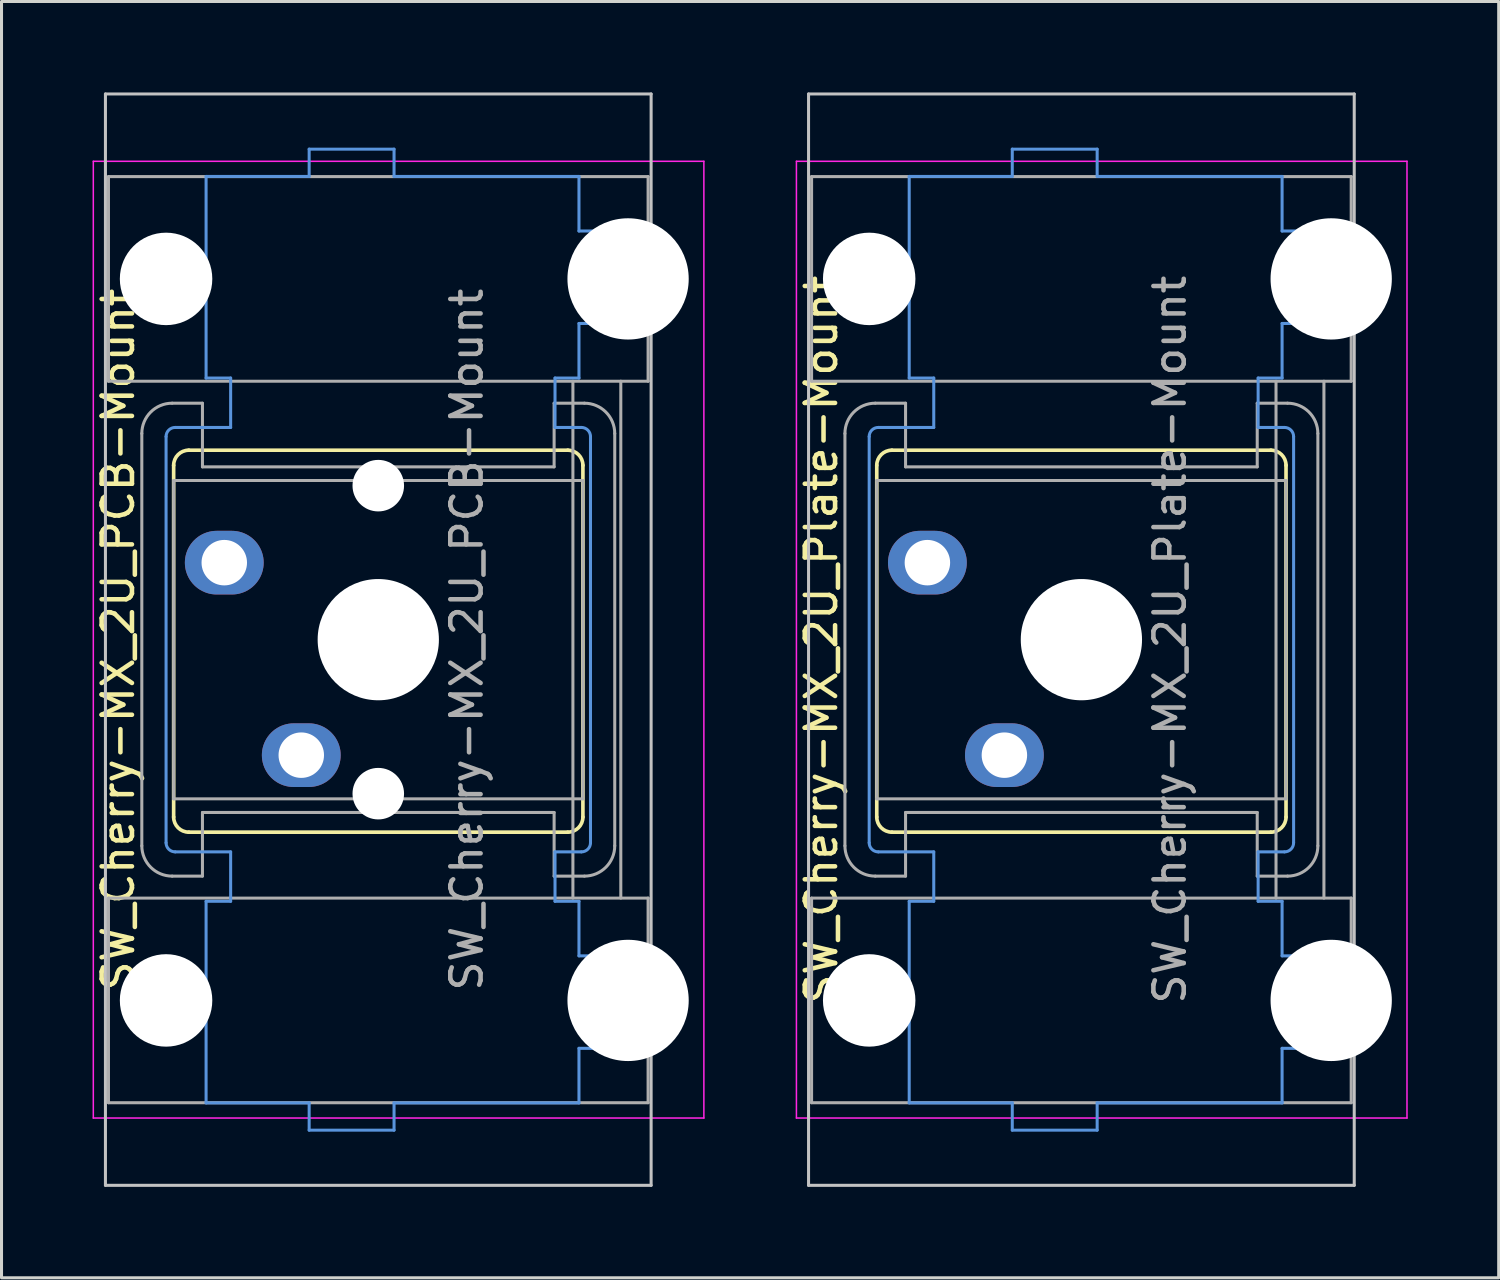
<source format=kicad_pcb>
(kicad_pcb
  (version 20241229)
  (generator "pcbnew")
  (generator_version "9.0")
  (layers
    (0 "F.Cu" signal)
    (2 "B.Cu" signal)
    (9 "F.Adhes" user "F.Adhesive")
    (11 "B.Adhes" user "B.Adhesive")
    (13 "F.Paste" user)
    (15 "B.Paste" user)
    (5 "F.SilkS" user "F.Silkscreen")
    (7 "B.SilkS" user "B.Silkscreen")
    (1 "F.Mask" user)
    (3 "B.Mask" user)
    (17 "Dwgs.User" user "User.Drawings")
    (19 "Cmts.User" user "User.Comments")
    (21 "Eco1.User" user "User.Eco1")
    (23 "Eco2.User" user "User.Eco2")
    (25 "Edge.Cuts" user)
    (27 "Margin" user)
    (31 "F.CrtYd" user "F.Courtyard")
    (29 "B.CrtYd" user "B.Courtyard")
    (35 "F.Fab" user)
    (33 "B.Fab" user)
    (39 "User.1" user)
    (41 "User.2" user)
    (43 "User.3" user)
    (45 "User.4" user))
  (footprint "SW_Cherry-MX_2U_PCB-Mount"
    (layer "F.Cu")
    (at 4.348 15.51)
    (property "Reference" "SW_Cherry-MX_2U_PCB-Mount" (at -3.5 2.54 90) (layer "F.SilkS") (effects (font (size 1 1) (thickness 0.15))))
    (attr through_hole)
    (fp_line (start -1.67 -3.21) (end -1.67 8.39) (stroke (width 0.12) (type solid)) (layer "F.SilkS"))
    (fp_line (start -1.17 -3.71) (end 11.33 -3.71) (stroke (width 0.12) (type solid)) (layer "F.SilkS"))
    (fp_line (start -1.17 8.89) (end 11.33 8.89) (stroke (width 0.12) (type solid)) (layer "F.SilkS"))
    (fp_line (start 11.83 -3.21) (end 11.83 8.39) (stroke (width 0.12) (type solid)) (layer "F.SilkS"))
    (fp_arc (start -1.67 -3.21) (mid -1.523553 -3.563553) (end -1.17 -3.71) (stroke (width 0.12) (type solid)) (layer "F.SilkS"))
    (fp_arc (start -1.17 8.89) (mid -1.523553 8.743553) (end -1.67 8.39) (stroke (width 0.12) (type solid)) (layer "F.SilkS"))
    (fp_arc (start 11.33 -3.71) (mid 11.683553 -3.563553) (end 11.83 -3.21) (stroke (width 0.12) (type solid)) (layer "F.SilkS"))
    (fp_arc (start 11.83 8.39) (mid 11.683553 8.743553) (end 11.33 8.89) (stroke (width 0.12) (type solid)) (layer "F.SilkS"))
    (fp_line (start -3.92 -15.46) (end -3.92 20.54) (stroke (width 0.1) (type solid)) (layer "Dwgs.User"))
    (fp_line (start -3.92 -15.46) (end 14.08 -15.46) (stroke (width 0.1) (type solid)) (layer "Dwgs.User"))
    (fp_line (start -3.92 20.54) (end 14.08 20.54) (stroke (width 0.1) (type solid)) (layer "Dwgs.User"))
    (fp_line (start 14.08 -15.46) (end 14.08 20.54) (stroke (width 0.1) (type solid)) (layer "Dwgs.User"))
    (fp_line (start -1.92 9.24) (end -1.92 -4.16) (stroke (width 0.1) (type solid)) (layer "Cmts.User"))
    (fp_line (start -1.62 -4.46) (end 0.21 -4.46) (stroke (width 0.1) (type solid)) (layer "Cmts.User"))
    (fp_line (start -1.62 9.54) (end 0.21 9.54) (stroke (width 0.1) (type solid)) (layer "Cmts.User"))
    (fp_line (start -0.6 -12.74) (end -0.6 -6.09) (stroke (width 0.1) (type solid)) (layer "Cmts.User"))
    (fp_line (start -0.6 -12.74) (end 2.8 -12.74) (stroke (width 0.1) (type solid)) (layer "Cmts.User"))
    (fp_line (start -0.6 -6.09) (end 0.21 -6.09) (stroke (width 0.1) (type solid)) (layer "Cmts.User"))
    (fp_line (start -0.6 11.17) (end 0.21 11.17) (stroke (width 0.1) (type solid)) (layer "Cmts.User"))
    (fp_line (start -0.6 17.82) (end -0.6 11.17) (stroke (width 0.1) (type solid)) (layer "Cmts.User"))
    (fp_line (start -0.6 17.82) (end 2.8 17.82) (stroke (width 0.1) (type solid)) (layer "Cmts.User"))
    (fp_line (start 0.21 -6.09) (end 0.21 -4.46) (stroke (width 0.1) (type solid)) (layer "Cmts.User"))
    (fp_line (start 0.21 11.17) (end 0.21 9.54) (stroke (width 0.1) (type solid)) (layer "Cmts.User"))
    (fp_line (start 2.8 -13.64) (end 5.6 -13.64) (stroke (width 0.1) (type solid)) (layer "Cmts.User"))
    (fp_line (start 2.8 -12.74) (end 2.8 -13.64) (stroke (width 0.1) (type solid)) (layer "Cmts.User"))
    (fp_line (start 2.8 17.82) (end 2.8 18.72) (stroke (width 0.1) (type solid)) (layer "Cmts.User"))
    (fp_line (start 2.8 18.72) (end 5.6 18.72) (stroke (width 0.1) (type solid)) (layer "Cmts.User"))
    (fp_line (start 5.6 -13.64) (end 5.6 -12.74) (stroke (width 0.1) (type solid)) (layer "Cmts.User"))
    (fp_line (start 5.6 -12.74) (end 11.7 -12.74) (stroke (width 0.1) (type solid)) (layer "Cmts.User"))
    (fp_line (start 5.6 17.82) (end 11.7 17.82) (stroke (width 0.1) (type solid)) (layer "Cmts.User"))
    (fp_line (start 5.6 18.72) (end 5.6 17.82) (stroke (width 0.1) (type solid)) (layer "Cmts.User"))
    (fp_line (start 10.91 -6.09) (end 10.91 -4.46) (stroke (width 0.1) (type solid)) (layer "Cmts.User"))
    (fp_line (start 10.91 -4.46) (end 11.78 -4.46) (stroke (width 0.1) (type solid)) (layer "Cmts.User"))
    (fp_line (start 10.91 9.54) (end 11.78 9.54) (stroke (width 0.1) (type solid)) (layer "Cmts.User"))
    (fp_line (start 10.91 11.17) (end 10.91 9.54) (stroke (width 0.1) (type solid)) (layer "Cmts.User"))
    (fp_line (start 11.7 -12.74) (end 11.7 -10.94) (stroke (width 0.1) (type solid)) (layer "Cmts.User"))
    (fp_line (start 11.7 -10.94) (end 12.87 -10.94) (stroke (width 0.1) (type solid)) (layer "Cmts.User"))
    (fp_line (start 11.7 -7.89) (end 11.7 -6.09) (stroke (width 0.1) (type solid)) (layer "Cmts.User"))
    (fp_line (start 11.7 -6.09) (end 10.91 -6.09) (stroke (width 0.1) (type solid)) (layer "Cmts.User"))
    (fp_line (start 11.7 11.17) (end 10.91 11.17) (stroke (width 0.1) (type solid)) (layer "Cmts.User"))
    (fp_line (start 11.7 12.97) (end 11.7 11.17) (stroke (width 0.1) (type solid)) (layer "Cmts.User"))
    (fp_line (start 11.7 16.02) (end 12.87 16.02) (stroke (width 0.1) (type solid)) (layer "Cmts.User"))
    (fp_line (start 11.7 17.82) (end 11.7 16.02) (stroke (width 0.1) (type solid)) (layer "Cmts.User"))
    (fp_line (start 12.08 9.24) (end 12.08 -4.16) (stroke (width 0.1) (type solid)) (layer "Cmts.User"))
    (fp_line (start 12.87 -10.94) (end 12.87 -7.89) (stroke (width 0.1) (type solid)) (layer "Cmts.User"))
    (fp_line (start 12.87 -7.89) (end 11.7 -7.89) (stroke (width 0.1) (type solid)) (layer "Cmts.User"))
    (fp_line (start 12.87 12.97) (end 11.7 12.97) (stroke (width 0.1) (type solid)) (layer "Cmts.User"))
    (fp_line (start 12.87 16.02) (end 12.87 12.97) (stroke (width 0.1) (type solid)) (layer "Cmts.User"))
    (fp_arc (start -1.92 -4.16) (mid -1.832132 -4.372132) (end -1.62 -4.46) (stroke (width 0.1) (type solid)) (layer "Cmts.User"))
    (fp_arc (start -1.62 9.54) (mid -1.832132 9.452132) (end -1.92 9.24) (stroke (width 0.1) (type solid)) (layer "Cmts.User"))
    (fp_arc (start 11.78 -4.46) (mid 11.992132 -4.372132) (end 12.08 -4.16) (stroke (width 0.1) (type solid)) (layer "Cmts.User"))
    (fp_arc (start 12.08 9.24) (mid 11.992132 9.452132) (end 11.78 9.54) (stroke (width 0.1) (type solid)) (layer "Cmts.User"))
    (fp_line (start -4.32 -13.24) (end 15.82 -13.24) (stroke (width 0.05) (type solid)) (layer "F.CrtYd"))
    (fp_line (start -4.32 18.32) (end -4.32 -13.24) (stroke (width 0.05) (type solid)) (layer "F.CrtYd"))
    (fp_line (start -4.32 18.32) (end 15.82 18.32) (stroke (width 0.05) (type solid)) (layer "F.CrtYd"))
    (fp_line (start 15.82 18.32) (end 15.82 -13.24) (stroke (width 0.05) (type solid)) (layer "F.CrtYd"))
    (fp_line (start -3.82 -5.985) (end -3.82 -12.735) (stroke (width 0.1) (type solid)) (layer "F.Fab"))
    (fp_line (start -3.82 -5.985) (end 13.98 -5.985) (stroke (width 0.1) (type solid)) (layer "F.Fab"))
    (fp_line (start -3.82 17.815) (end -3.82 11.065) (stroke (width 0.1) (type solid)) (layer "F.Fab"))
    (fp_line (start -2.72 -4.26) (end -2.72 9.34) (stroke (width 0.1) (type solid)) (layer "F.Fab"))
    (fp_line (start -1.72 -5.26) (end -0.72 -5.26) (stroke (width 0.1) (type solid)) (layer "F.Fab"))
    (fp_line (start -1.72 10.34) (end -0.72 10.34) (stroke (width 0.1) (type solid)) (layer "F.Fab"))
    (fp_line (start -1.67 -2.71) (end -1.67 7.79) (stroke (width 0.1) (type solid)) (layer "F.Fab"))
    (fp_line (start -1.67 -2.71) (end 11.83 -2.71) (stroke (width 0.1) (type solid)) (layer "F.Fab"))
    (fp_line (start -1.67 7.79) (end 11.83 7.79) (stroke (width 0.1) (type solid)) (layer "F.Fab"))
    (fp_line (start -0.72 -3.16) (end -0.72 -5.26) (stroke (width 0.1) (type solid)) (layer "F.Fab"))
    (fp_line (start -0.72 -3.16) (end 10.88 -3.16) (stroke (width 0.1) (type solid)) (layer "F.Fab"))
    (fp_line (start -0.72 8.24) (end 10.88 8.24) (stroke (width 0.1) (type solid)) (layer "F.Fab"))
    (fp_line (start -0.72 10.34) (end -0.72 8.24) (stroke (width 0.1) (type solid)) (layer "F.Fab"))
    (fp_line (start 10.88 -5.26) (end 11.88 -5.26) (stroke (width 0.1) (type solid)) (layer "F.Fab"))
    (fp_line (start 10.88 -3.16) (end 10.88 -5.26) (stroke (width 0.1) (type solid)) (layer "F.Fab"))
    (fp_line (start 10.88 10.34) (end 10.88 8.24) (stroke (width 0.1) (type solid)) (layer "F.Fab"))
    (fp_line (start 10.88 10.34) (end 11.88 10.34) (stroke (width 0.1) (type solid)) (layer "F.Fab"))
    (fp_line (start 11.5 -5.985) (end 11.5 11.065) (stroke (width 0.1) (type solid)) (layer "F.Fab"))
    (fp_line (start 11.83 -2.71) (end 11.83 7.79) (stroke (width 0.1) (type solid)) (layer "F.Fab"))
    (fp_line (start 12.88 -4.26) (end 12.88 9.34) (stroke (width 0.1) (type solid)) (layer "F.Fab"))
    (fp_line (start 13.08 -5.985) (end 13.08 11.065) (stroke (width 0.1) (type solid)) (layer "F.Fab"))
    (fp_line (start 13.98 -12.735) (end -3.82 -12.735) (stroke (width 0.1) (type solid)) (layer "F.Fab"))
    (fp_line (start 13.98 -5.985) (end 13.98 -12.735) (stroke (width 0.1) (type solid)) (layer "F.Fab"))
    (fp_line (start 13.98 11.065) (end -3.82 11.065) (stroke (width 0.1) (type solid)) (layer "F.Fab"))
    (fp_line (start 13.98 17.815) (end -3.82 17.815) (stroke (width 0.1) (type solid)) (layer "F.Fab"))
    (fp_line (start 13.98 17.815) (end 13.98 11.065) (stroke (width 0.1) (type solid)) (layer "F.Fab"))
    (fp_arc (start -2.72 -4.26) (mid -2.427107 -4.967107) (end -1.72 -5.26) (stroke (width 0.1) (type solid)) (layer "F.Fab"))
    (fp_arc (start -1.72 10.34) (mid -2.427107 10.047107) (end -2.72 9.34) (stroke (width 0.1) (type solid)) (layer "F.Fab"))
    (fp_arc (start 11.88 -5.26) (mid 12.587107 -4.967107) (end 12.88 -4.26) (stroke (width 0.1) (type solid)) (layer "F.Fab"))
    (fp_arc (start 12.88 9.34) (mid 12.587107 10.047107) (end 11.88 10.34) (stroke (width 0.1) (type solid)) (layer "F.Fab"))
    (fp_text user "${REFERENCE}" (at 8 2.54 90) (layer "F.Fab") (effects (font (size 1 1) (thickness 0.15))))
    (pad "" np_thru_hole circle (at -1.92 -9.36) (size 3.05 3.05) (drill 3.05) (layers "*.Cu" "*.Mask"))
    (pad "" np_thru_hole circle (at -1.92 14.44) (size 3.05 3.05) (drill 3.05) (layers "*.Cu" "*.Mask"))
    (pad "" np_thru_hole circle (at 5.08 -2.54) (size 1.7 1.7) (drill 1.7) (layers "*.Cu" "*.Mask"))
    (pad "" np_thru_hole circle (at 5.08 2.54) (size 4 4) (drill 4) (layers "*.Cu" "*.Mask"))
    (pad "" np_thru_hole circle (at 5.08 7.62) (size 1.7 1.7) (drill 1.7) (layers "*.Cu" "*.Mask"))
    (pad "" np_thru_hole circle (at 13.32 -9.36) (size 4 4) (drill 4) (layers "*.Cu" "*.Mask"))
    (pad "" np_thru_hole circle (at 13.32 14.44) (size 4 4) (drill 4) (layers "*.Cu" "*.Mask"))
    (pad "1" thru_hole oval (at 0 0) (size 2.6 2.1) (drill 1.5) (layers "*.Cu" "*.Mask"))
    (pad "2" thru_hole oval (at 2.54 6.35) (size 2.6 2.1) (drill 1.5) (layers "*.Cu" "*.Mask")))
  (footprint "SW_Cherry-MX_2U_Plate-Mount"
    (layer "F.Cu")
    (at 27.541 15.51)
    (property "Reference" "SW_Cherry-MX_2U_Plate-Mount" (at -3.5 2.54 90) (layer "F.SilkS") (effects (font (size 1 1) (thickness 0.15))))
    (attr through_hole)
    (fp_line (start -1.67 -3.21) (end -1.67 8.39) (stroke (width 0.12) (type solid)) (layer "F.SilkS"))
    (fp_line (start -1.17 -3.71) (end 11.33 -3.71) (stroke (width 0.12) (type solid)) (layer "F.SilkS"))
    (fp_line (start -1.17 8.89) (end 11.33 8.89) (stroke (width 0.12) (type solid)) (layer "F.SilkS"))
    (fp_line (start 11.83 -3.21) (end 11.83 8.39) (stroke (width 0.12) (type solid)) (layer "F.SilkS"))
    (fp_arc (start -1.67 -3.21) (mid -1.523553 -3.563553) (end -1.17 -3.71) (stroke (width 0.12) (type solid)) (layer "F.SilkS"))
    (fp_arc (start -1.17 8.89) (mid -1.523553 8.743553) (end -1.67 8.39) (stroke (width 0.12) (type solid)) (layer "F.SilkS"))
    (fp_arc (start 11.33 -3.71) (mid 11.683553 -3.563553) (end 11.83 -3.21) (stroke (width 0.12) (type solid)) (layer "F.SilkS"))
    (fp_arc (start 11.83 8.39) (mid 11.683553 8.743553) (end 11.33 8.89) (stroke (width 0.12) (type solid)) (layer "F.SilkS"))
    (fp_line (start -3.92 -15.46) (end -3.92 20.54) (stroke (width 0.1) (type solid)) (layer "Dwgs.User"))
    (fp_line (start -3.92 -15.46) (end 14.08 -15.46) (stroke (width 0.1) (type solid)) (layer "Dwgs.User"))
    (fp_line (start -3.92 20.54) (end 14.08 20.54) (stroke (width 0.1) (type solid)) (layer "Dwgs.User"))
    (fp_line (start 14.08 -15.46) (end 14.08 20.54) (stroke (width 0.1) (type solid)) (layer "Dwgs.User"))
    (fp_line (start -1.92 9.24) (end -1.92 -4.16) (stroke (width 0.1) (type solid)) (layer "Cmts.User"))
    (fp_line (start -1.62 -4.46) (end 0.21 -4.46) (stroke (width 0.1) (type solid)) (layer "Cmts.User"))
    (fp_line (start -1.62 9.54) (end 0.21 9.54) (stroke (width 0.1) (type solid)) (layer "Cmts.User"))
    (fp_line (start -0.6 -12.74) (end -0.6 -6.09) (stroke (width 0.1) (type solid)) (layer "Cmts.User"))
    (fp_line (start -0.6 -12.74) (end 2.8 -12.74) (stroke (width 0.1) (type solid)) (layer "Cmts.User"))
    (fp_line (start -0.6 -6.09) (end 0.21 -6.09) (stroke (width 0.1) (type solid)) (layer "Cmts.User"))
    (fp_line (start -0.6 11.17) (end 0.21 11.17) (stroke (width 0.1) (type solid)) (layer "Cmts.User"))
    (fp_line (start -0.6 17.82) (end -0.6 11.17) (stroke (width 0.1) (type solid)) (layer "Cmts.User"))
    (fp_line (start -0.6 17.82) (end 2.8 17.82) (stroke (width 0.1) (type solid)) (layer "Cmts.User"))
    (fp_line (start 0.21 -6.09) (end 0.21 -4.46) (stroke (width 0.1) (type solid)) (layer "Cmts.User"))
    (fp_line (start 0.21 11.17) (end 0.21 9.54) (stroke (width 0.1) (type solid)) (layer "Cmts.User"))
    (fp_line (start 2.8 -13.64) (end 5.6 -13.64) (stroke (width 0.1) (type solid)) (layer "Cmts.User"))
    (fp_line (start 2.8 -12.74) (end 2.8 -13.64) (stroke (width 0.1) (type solid)) (layer "Cmts.User"))
    (fp_line (start 2.8 17.82) (end 2.8 18.72) (stroke (width 0.1) (type solid)) (layer "Cmts.User"))
    (fp_line (start 2.8 18.72) (end 5.6 18.72) (stroke (width 0.1) (type solid)) (layer "Cmts.User"))
    (fp_line (start 5.6 -13.64) (end 5.6 -12.74) (stroke (width 0.1) (type solid)) (layer "Cmts.User"))
    (fp_line (start 5.6 -12.74) (end 11.7 -12.74) (stroke (width 0.1) (type solid)) (layer "Cmts.User"))
    (fp_line (start 5.6 17.82) (end 11.7 17.82) (stroke (width 0.1) (type solid)) (layer "Cmts.User"))
    (fp_line (start 5.6 18.72) (end 5.6 17.82) (stroke (width 0.1) (type solid)) (layer "Cmts.User"))
    (fp_line (start 10.91 -6.09) (end 10.91 -4.46) (stroke (width 0.1) (type solid)) (layer "Cmts.User"))
    (fp_line (start 10.91 -4.46) (end 11.78 -4.46) (stroke (width 0.1) (type solid)) (layer "Cmts.User"))
    (fp_line (start 10.91 9.54) (end 11.78 9.54) (stroke (width 0.1) (type solid)) (layer "Cmts.User"))
    (fp_line (start 10.91 11.17) (end 10.91 9.54) (stroke (width 0.1) (type solid)) (layer "Cmts.User"))
    (fp_line (start 11.7 -12.74) (end 11.7 -10.94) (stroke (width 0.1) (type solid)) (layer "Cmts.User"))
    (fp_line (start 11.7 -10.94) (end 12.87 -10.94) (stroke (width 0.1) (type solid)) (layer "Cmts.User"))
    (fp_line (start 11.7 -7.89) (end 11.7 -6.09) (stroke (width 0.1) (type solid)) (layer "Cmts.User"))
    (fp_line (start 11.7 -6.09) (end 10.91 -6.09) (stroke (width 0.1) (type solid)) (layer "Cmts.User"))
    (fp_line (start 11.7 11.17) (end 10.91 11.17) (stroke (width 0.1) (type solid)) (layer "Cmts.User"))
    (fp_line (start 11.7 12.97) (end 11.7 11.17) (stroke (width 0.1) (type solid)) (layer "Cmts.User"))
    (fp_line (start 11.7 16.02) (end 12.87 16.02) (stroke (width 0.1) (type solid)) (layer "Cmts.User"))
    (fp_line (start 11.7 17.82) (end 11.7 16.02) (stroke (width 0.1) (type solid)) (layer "Cmts.User"))
    (fp_line (start 12.08 9.24) (end 12.08 -4.16) (stroke (width 0.1) (type solid)) (layer "Cmts.User"))
    (fp_line (start 12.87 -10.94) (end 12.87 -7.89) (stroke (width 0.1) (type solid)) (layer "Cmts.User"))
    (fp_line (start 12.87 -7.89) (end 11.7 -7.89) (stroke (width 0.1) (type solid)) (layer "Cmts.User"))
    (fp_line (start 12.87 12.97) (end 11.7 12.97) (stroke (width 0.1) (type solid)) (layer "Cmts.User"))
    (fp_line (start 12.87 16.02) (end 12.87 12.97) (stroke (width 0.1) (type solid)) (layer "Cmts.User"))
    (fp_arc (start -1.92 -4.16) (mid -1.832132 -4.372132) (end -1.62 -4.46) (stroke (width 0.1) (type solid)) (layer "Cmts.User"))
    (fp_arc (start -1.62 9.54) (mid -1.832132 9.452132) (end -1.92 9.24) (stroke (width 0.1) (type solid)) (layer "Cmts.User"))
    (fp_arc (start 11.78 -4.46) (mid 11.992132 -4.372132) (end 12.08 -4.16) (stroke (width 0.1) (type solid)) (layer "Cmts.User"))
    (fp_arc (start 12.08 9.24) (mid 11.992132 9.452132) (end 11.78 9.54) (stroke (width 0.1) (type solid)) (layer "Cmts.User"))
    (fp_line (start -4.32 -13.24) (end 15.82 -13.24) (stroke (width 0.05) (type solid)) (layer "F.CrtYd"))
    (fp_line (start -4.32 18.32) (end -4.32 -13.24) (stroke (width 0.05) (type solid)) (layer "F.CrtYd"))
    (fp_line (start -4.32 18.32) (end 15.82 18.32) (stroke (width 0.05) (type solid)) (layer "F.CrtYd"))
    (fp_line (start 15.82 18.32) (end 15.82 -13.24) (stroke (width 0.05) (type solid)) (layer "F.CrtYd"))
    (fp_line (start -3.82 -5.985) (end -3.82 -12.735) (stroke (width 0.1) (type solid)) (layer "F.Fab"))
    (fp_line (start -3.82 -5.985) (end 13.98 -5.985) (stroke (width 0.1) (type solid)) (layer "F.Fab"))
    (fp_line (start -3.82 17.815) (end -3.82 11.065) (stroke (width 0.1) (type solid)) (layer "F.Fab"))
    (fp_line (start -2.72 -4.26) (end -2.72 9.34) (stroke (width 0.1) (type solid)) (layer "F.Fab"))
    (fp_line (start -1.72 -5.26) (end -0.72 -5.26) (stroke (width 0.1) (type solid)) (layer "F.Fab"))
    (fp_line (start -1.72 10.34) (end -0.72 10.34) (stroke (width 0.1) (type solid)) (layer "F.Fab"))
    (fp_line (start -1.67 -2.71) (end -1.67 7.79) (stroke (width 0.1) (type solid)) (layer "F.Fab"))
    (fp_line (start -1.67 -2.71) (end 11.83 -2.71) (stroke (width 0.1) (type solid)) (layer "F.Fab"))
    (fp_line (start -1.67 7.79) (end 11.83 7.79) (stroke (width 0.1) (type solid)) (layer "F.Fab"))
    (fp_line (start -0.72 -3.16) (end -0.72 -5.26) (stroke (width 0.1) (type solid)) (layer "F.Fab"))
    (fp_line (start -0.72 -3.16) (end 10.88 -3.16) (stroke (width 0.1) (type solid)) (layer "F.Fab"))
    (fp_line (start -0.72 8.24) (end 10.88 8.24) (stroke (width 0.1) (type solid)) (layer "F.Fab"))
    (fp_line (start -0.72 10.34) (end -0.72 8.24) (stroke (width 0.1) (type solid)) (layer "F.Fab"))
    (fp_line (start 10.88 -5.26) (end 11.88 -5.26) (stroke (width 0.1) (type solid)) (layer "F.Fab"))
    (fp_line (start 10.88 -3.16) (end 10.88 -5.26) (stroke (width 0.1) (type solid)) (layer "F.Fab"))
    (fp_line (start 10.88 10.34) (end 10.88 8.24) (stroke (width 0.1) (type solid)) (layer "F.Fab"))
    (fp_line (start 10.88 10.34) (end 11.88 10.34) (stroke (width 0.1) (type solid)) (layer "F.Fab"))
    (fp_line (start 11.5 -5.985) (end 11.5 11.065) (stroke (width 0.1) (type solid)) (layer "F.Fab"))
    (fp_line (start 11.83 -2.71) (end 11.83 7.79) (stroke (width 0.1) (type solid)) (layer "F.Fab"))
    (fp_line (start 12.88 -4.26) (end 12.88 9.34) (stroke (width 0.1) (type solid)) (layer "F.Fab"))
    (fp_line (start 13.08 -5.985) (end 13.08 11.065) (stroke (width 0.1) (type solid)) (layer "F.Fab"))
    (fp_line (start 13.98 -12.735) (end -3.82 -12.735) (stroke (width 0.1) (type solid)) (layer "F.Fab"))
    (fp_line (start 13.98 -5.985) (end 13.98 -12.735) (stroke (width 0.1) (type solid)) (layer "F.Fab"))
    (fp_line (start 13.98 11.065) (end -3.82 11.065) (stroke (width 0.1) (type solid)) (layer "F.Fab"))
    (fp_line (start 13.98 17.815) (end -3.82 17.815) (stroke (width 0.1) (type solid)) (layer "F.Fab"))
    (fp_line (start 13.98 17.815) (end 13.98 11.065) (stroke (width 0.1) (type solid)) (layer "F.Fab"))
    (fp_arc (start -2.72 -4.26) (mid -2.427107 -4.967107) (end -1.72 -5.26) (stroke (width 0.1) (type solid)) (layer "F.Fab"))
    (fp_arc (start -1.72 10.34) (mid -2.427107 10.047107) (end -2.72 9.34) (stroke (width 0.1) (type solid)) (layer "F.Fab"))
    (fp_arc (start 11.88 -5.26) (mid 12.587107 -4.967107) (end 12.88 -4.26) (stroke (width 0.1) (type solid)) (layer "F.Fab"))
    (fp_arc (start 12.88 9.34) (mid 12.587107 10.047107) (end 11.88 10.34) (stroke (width 0.1) (type solid)) (layer "F.Fab"))
    (fp_text user "${REFERENCE}" (at 8 2.54 90) (layer "F.Fab") (effects (font (size 1 1) (thickness 0.15))))
    (pad "" np_thru_hole circle (at -1.92 -9.36) (size 3.05 3.05) (drill 3.05) (layers "*.Cu" "*.Mask"))
    (pad "" np_thru_hole circle (at -1.92 14.44) (size 3.05 3.05) (drill 3.05) (layers "*.Cu" "*.Mask"))
    (pad "" np_thru_hole circle (at 5.08 2.54) (size 4 4) (drill 4) (layers "*.Cu" "*.Mask"))
    (pad "" np_thru_hole circle (at 13.32 -9.36) (size 4 4) (drill 4) (layers "*.Cu" "*.Mask"))
    (pad "" np_thru_hole circle (at 13.32 14.44) (size 4 4) (drill 4) (layers "*.Cu" "*.Mask"))
    (pad "1" thru_hole oval (at 0 0) (size 2.6 2.1) (drill 1.5) (layers "*.Cu" "*.Mask"))
    (pad "2" thru_hole oval (at 2.54 6.35) (size 2.6 2.1) (drill 1.5) (layers "*.Cu" "*.Mask")))
  (gr_rect
    (start -3 -3)
    (end 46.386 39.1)
    (stroke (width 0.1) (type default))
    (fill no)
    (layer "Edge.Cuts")))
</source>
